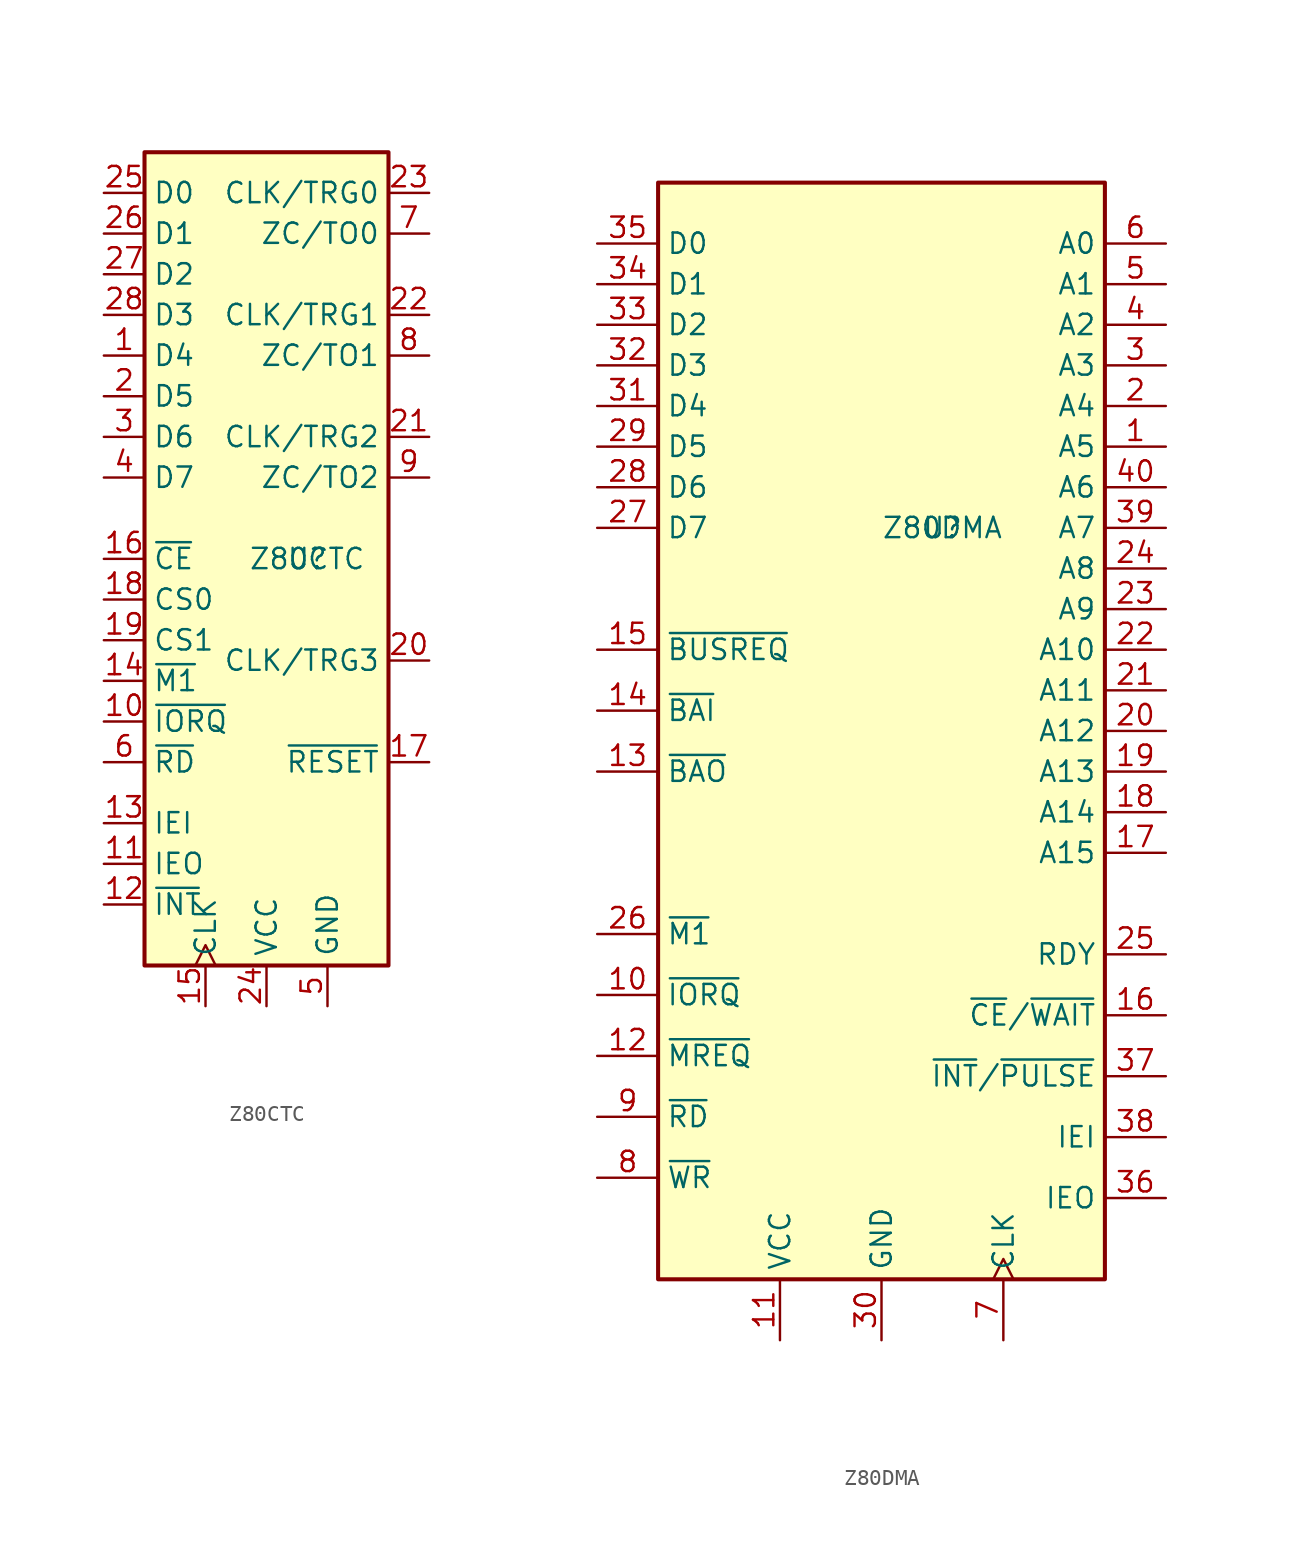
<source format=kicad_sym>
(kicad_symbol_lib
  (version 20211014)
  (generator kicad_symbol_editor)
  (symbol "Z80CTC"
    (property "Reference" "U"
      (at 0 0 0)
      (effects (font (size 1.27 1.27))))
    (property "Value" "Z80CTC"
      (at 0 0 0)
      (effects (font (size 1.27 1.27))))
    (symbol "Z80CTC_1_1"
      (rectangle (start -10.16 25.4) (end 5.08 -25.4) (stroke (width 0.254) (type default) (color 0 0 0 0)) (fill (type background)))
      (pin tri_state line (at -12.7 12.7 0) (length 2.54) (name "D4" (effects (font (size 1.27 1.27)))) (number "1" (effects (font (size 1.27 1.27)))))
      (pin input line (at -12.7 -10.16 0) (length 2.54) (name "~{IORQ}" (effects (font (size 1.27 1.27)))) (number "10" (effects (font (size 1.27 1.27)))))
      (pin output line (at -12.7 -19.05 0) (length 2.54) (name "IEO" (effects (font (size 1.27 1.27)))) (number "11" (effects (font (size 1.27 1.27)))))
      (pin output line (at -12.7 -21.59 0) (length 2.54) (name "~{INT}" (effects (font (size 1.27 1.27)))) (number "12" (effects (font (size 1.27 1.27)))))
      (pin input line (at -12.7 -16.51 0) (length 2.54) (name "IEI" (effects (font (size 1.27 1.27)))) (number "13" (effects (font (size 1.27 1.27)))))
      (pin input line (at -12.7 -7.62 0) (length 2.54) (name "~{M1}" (effects (font (size 1.27 1.27)))) (number "14" (effects (font (size 1.27 1.27)))))
      (pin input clock (at -6.35 -27.94 90) (length 2.54) (name "CLK" (effects (font (size 1.27 1.27)))) (number "15" (effects (font (size 1.27 1.27)))))
      (pin input line (at -12.7 0 0) (length 2.54) (name "~{CE}" (effects (font (size 1.27 1.27)))) (number "16" (effects (font (size 1.27 1.27)))))
      (pin input line (at 7.62 -12.7 180) (length 2.54) (name "~{RESET}" (effects (font (size 1.27 1.27)))) (number "17" (effects (font (size 1.27 1.27)))))
      (pin input line (at -12.7 -2.54 0) (length 2.54) (name "CS0" (effects (font (size 1.27 1.27)))) (number "18" (effects (font (size 1.27 1.27)))))
      (pin input line (at -12.7 -5.08 0) (length 2.54) (name "CS1" (effects (font (size 1.27 1.27)))) (number "19" (effects (font (size 1.27 1.27)))))
      (pin tri_state line (at -12.7 10.16 0) (length 2.54) (name "D5" (effects (font (size 1.27 1.27)))) (number "2" (effects (font (size 1.27 1.27)))))
      (pin input line (at 7.62 -6.35 180) (length 2.54) (name "CLK/TRG3" (effects (font (size 1.27 1.27)))) (number "20" (effects (font (size 1.27 1.27)))))
      (pin input line (at 7.62 7.62 180) (length 2.54) (name "CLK/TRG2" (effects (font (size 1.27 1.27)))) (number "21" (effects (font (size 1.27 1.27)))))
      (pin input line (at 7.62 15.24 180) (length 2.54) (name "CLK/TRG1" (effects (font (size 1.27 1.27)))) (number "22" (effects (font (size 1.27 1.27)))))
      (pin input line (at 7.62 22.86 180) (length 2.54) (name "CLK/TRG0" (effects (font (size 1.27 1.27)))) (number "23" (effects (font (size 1.27 1.27)))))
      (pin power_in line (at -2.54 -27.94 90) (length 2.54) (name "VCC" (effects (font (size 1.27 1.27)))) (number "24" (effects (font (size 1.27 1.27)))))
      (pin tri_state line (at -12.7 22.86 0) (length 2.54) (name "D0" (effects (font (size 1.27 1.27)))) (number "25" (effects (font (size 1.27 1.27)))))
      (pin tri_state line (at -12.7 20.32 0) (length 2.54) (name "D1" (effects (font (size 1.27 1.27)))) (number "26" (effects (font (size 1.27 1.27)))))
      (pin tri_state line (at -12.7 17.78 0) (length 2.54) (name "D2" (effects (font (size 1.27 1.27)))) (number "27" (effects (font (size 1.27 1.27)))))
      (pin tri_state line (at -12.7 15.24 0) (length 2.54) (name "D3" (effects (font (size 1.27 1.27)))) (number "28" (effects (font (size 1.27 1.27)))))
      (pin tri_state line (at -12.7 7.62 0) (length 2.54) (name "D6" (effects (font (size 1.27 1.27)))) (number "3" (effects (font (size 1.27 1.27)))))
      (pin tri_state line (at -12.7 5.08 0) (length 2.54) (name "D7" (effects (font (size 1.27 1.27)))) (number "4" (effects (font (size 1.27 1.27)))))
      (pin power_in line (at 1.27 -27.94 90) (length 2.54) (name "GND" (effects (font (size 1.27 1.27)))) (number "5" (effects (font (size 1.27 1.27)))))
      (pin input line (at -12.7 -12.7 0) (length 2.54) (name "~{RD}" (effects (font (size 1.27 1.27)))) (number "6" (effects (font (size 1.27 1.27)))))
      (pin output line (at 7.62 20.32 180) (length 2.54) (name "ZC/TO0" (effects (font (size 1.27 1.27)))) (number "7" (effects (font (size 1.27 1.27)))))
      (pin output line (at 7.62 12.7 180) (length 2.54) (name "ZC/TO1" (effects (font (size 1.27 1.27)))) (number "8" (effects (font (size 1.27 1.27)))))
      (pin output line (at 7.62 5.08 180) (length 2.54) (name "ZC/TO2" (effects (font (size 1.27 1.27)))) (number "9" (effects (font (size 1.27 1.27)))))))
  (symbol "Z80DMA"
    (property "Reference" "U"
      (at 0 0 0)
      (effects (font (size 1.27 1.27))))
    (property "Value" "Z80DMA"
      (at 0 0 0)
      (effects (font (size 1.27 1.27))))
    (symbol "Z80DMA_0_1"
      (rectangle (start -17.78 21.59) (end 10.16 -46.99) (stroke (width 0.254) (type default) (color 0 0 0 0)) (fill (type background))))
    (symbol "Z80DMA_1_1"
      (pin output line (at 13.97 5.08 180) (length 3.81) (name "A5" (effects (font (size 1.27 1.27)))) (number "1" (effects (font (size 1.27 1.27)))))
      (pin bidirectional line (at -21.59 -29.21 0) (length 3.81) (name "~{IORQ}" (effects (font (size 1.27 1.27)))) (number "10" (effects (font (size 1.27 1.27)))))
      (pin power_in line (at -10.16 -50.8 90) (length 3.81) (name "VCC" (effects (font (size 1.27 1.27)))) (number "11" (effects (font (size 1.27 1.27)))))
      (pin output line (at -21.59 -33.02 0) (length 3.81) (name "~{MREQ}" (effects (font (size 1.27 1.27)))) (number "12" (effects (font (size 1.27 1.27)))))
      (pin output line (at -21.59 -15.24 0) (length 3.81) (name "~{BAO}" (effects (font (size 1.27 1.27)))) (number "13" (effects (font (size 1.27 1.27)))))
      (pin input line (at -21.59 -11.43 0) (length 3.81) (name "~{BAI}" (effects (font (size 1.27 1.27)))) (number "14" (effects (font (size 1.27 1.27)))))
      (pin bidirectional line (at -21.59 -7.62 0) (length 3.81) (name "~{BUSREQ}" (effects (font (size 1.27 1.27)))) (number "15" (effects (font (size 1.27 1.27)))))
      (pin input line (at 13.97 -30.48 180) (length 3.81) (name "~{CE}/~{WAIT}" (effects (font (size 1.27 1.27)))) (number "16" (effects (font (size 1.27 1.27)))))
      (pin output line (at 13.97 -20.32 180) (length 3.81) (name "A15" (effects (font (size 1.27 1.27)))) (number "17" (effects (font (size 1.27 1.27)))))
      (pin output line (at 13.97 -17.78 180) (length 3.81) (name "A14" (effects (font (size 1.27 1.27)))) (number "18" (effects (font (size 1.27 1.27)))))
      (pin output line (at 13.97 -15.24 180) (length 3.81) (name "A13" (effects (font (size 1.27 1.27)))) (number "19" (effects (font (size 1.27 1.27)))))
      (pin output line (at 13.97 7.62 180) (length 3.81) (name "A4" (effects (font (size 1.27 1.27)))) (number "2" (effects (font (size 1.27 1.27)))))
      (pin output line (at 13.97 -12.7 180) (length 3.81) (name "A12" (effects (font (size 1.27 1.27)))) (number "20" (effects (font (size 1.27 1.27)))))
      (pin output line (at 13.97 -10.16 180) (length 3.81) (name "A11" (effects (font (size 1.27 1.27)))) (number "21" (effects (font (size 1.27 1.27)))))
      (pin output line (at 13.97 -7.62 180) (length 3.81) (name "A10" (effects (font (size 1.27 1.27)))) (number "22" (effects (font (size 1.27 1.27)))))
      (pin output line (at 13.97 -5.08 180) (length 3.81) (name "A9" (effects (font (size 1.27 1.27)))) (number "23" (effects (font (size 1.27 1.27)))))
      (pin output line (at 13.97 -2.54 180) (length 3.81) (name "A8" (effects (font (size 1.27 1.27)))) (number "24" (effects (font (size 1.27 1.27)))))
      (pin input line (at 13.97 -26.67 180) (length 3.81) (name "RDY" (effects (font (size 1.27 1.27)))) (number "25" (effects (font (size 1.27 1.27)))))
      (pin input line (at -21.59 -25.4 0) (length 3.81) (name "~{M1}" (effects (font (size 1.27 1.27)))) (number "26" (effects (font (size 1.27 1.27)))))
      (pin tri_state line (at -21.59 0 0) (length 3.81) (name "D7" (effects (font (size 1.27 1.27)))) (number "27" (effects (font (size 1.27 1.27)))))
      (pin tri_state line (at -21.59 2.54 0) (length 3.81) (name "D6" (effects (font (size 1.27 1.27)))) (number "28" (effects (font (size 1.27 1.27)))))
      (pin tri_state line (at -21.59 5.08 0) (length 3.81) (name "D5" (effects (font (size 1.27 1.27)))) (number "29" (effects (font (size 1.27 1.27)))))
      (pin output line (at 13.97 10.16 180) (length 3.81) (name "A3" (effects (font (size 1.27 1.27)))) (number "3" (effects (font (size 1.27 1.27)))))
      (pin power_in line (at -3.81 -50.8 90) (length 3.81) (name "GND" (effects (font (size 1.27 1.27)))) (number "30" (effects (font (size 1.27 1.27)))))
      (pin tri_state line (at -21.59 7.62 0) (length 3.81) (name "D4" (effects (font (size 1.27 1.27)))) (number "31" (effects (font (size 1.27 1.27)))))
      (pin tri_state line (at -21.59 10.16 0) (length 3.81) (name "D3" (effects (font (size 1.27 1.27)))) (number "32" (effects (font (size 1.27 1.27)))))
      (pin tri_state line (at -21.59 12.7 0) (length 3.81) (name "D2" (effects (font (size 1.27 1.27)))) (number "33" (effects (font (size 1.27 1.27)))))
      (pin tri_state line (at -21.59 15.24 0) (length 3.81) (name "D1" (effects (font (size 1.27 1.27)))) (number "34" (effects (font (size 1.27 1.27)))))
      (pin tri_state line (at -21.59 17.78 0) (length 3.81) (name "D0" (effects (font (size 1.27 1.27)))) (number "35" (effects (font (size 1.27 1.27)))))
      (pin output line (at 13.97 -41.91 180) (length 3.81) (name "IEO" (effects (font (size 1.27 1.27)))) (number "36" (effects (font (size 1.27 1.27)))))
      (pin output line (at 13.97 -34.29 180) (length 3.81) (name "~{INT}/~{PULSE}" (effects (font (size 1.27 1.27)))) (number "37" (effects (font (size 1.27 1.27)))))
      (pin input line (at 13.97 -38.1 180) (length 3.81) (name "IEI" (effects (font (size 1.27 1.27)))) (number "38" (effects (font (size 1.27 1.27)))))
      (pin output line (at 13.97 0 180) (length 3.81) (name "A7" (effects (font (size 1.27 1.27)))) (number "39" (effects (font (size 1.27 1.27)))))
      (pin output line (at 13.97 12.7 180) (length 3.81) (name "A2" (effects (font (size 1.27 1.27)))) (number "4" (effects (font (size 1.27 1.27)))))
      (pin output line (at 13.97 2.54 180) (length 3.81) (name "A6" (effects (font (size 1.27 1.27)))) (number "40" (effects (font (size 1.27 1.27)))))
      (pin output line (at 13.97 15.24 180) (length 3.81) (name "A1" (effects (font (size 1.27 1.27)))) (number "5" (effects (font (size 1.27 1.27)))))
      (pin output line (at 13.97 17.78 180) (length 3.81) (name "A0" (effects (font (size 1.27 1.27)))) (number "6" (effects (font (size 1.27 1.27)))))
      (pin input clock (at 3.81 -50.8 90) (length 3.81) (name "CLK" (effects (font (size 1.27 1.27)))) (number "7" (effects (font (size 1.27 1.27)))))
      (pin bidirectional line (at -21.59 -40.64 0) (length 3.81) (name "~{WR}" (effects (font (size 1.27 1.27)))) (number "8" (effects (font (size 1.27 1.27)))))
      (pin bidirectional line (at -21.59 -36.83 0) (length 3.81) (name "~{RD}" (effects (font (size 1.27 1.27)))) (number "9" (effects (font (size 1.27 1.27))))))))
</source>
